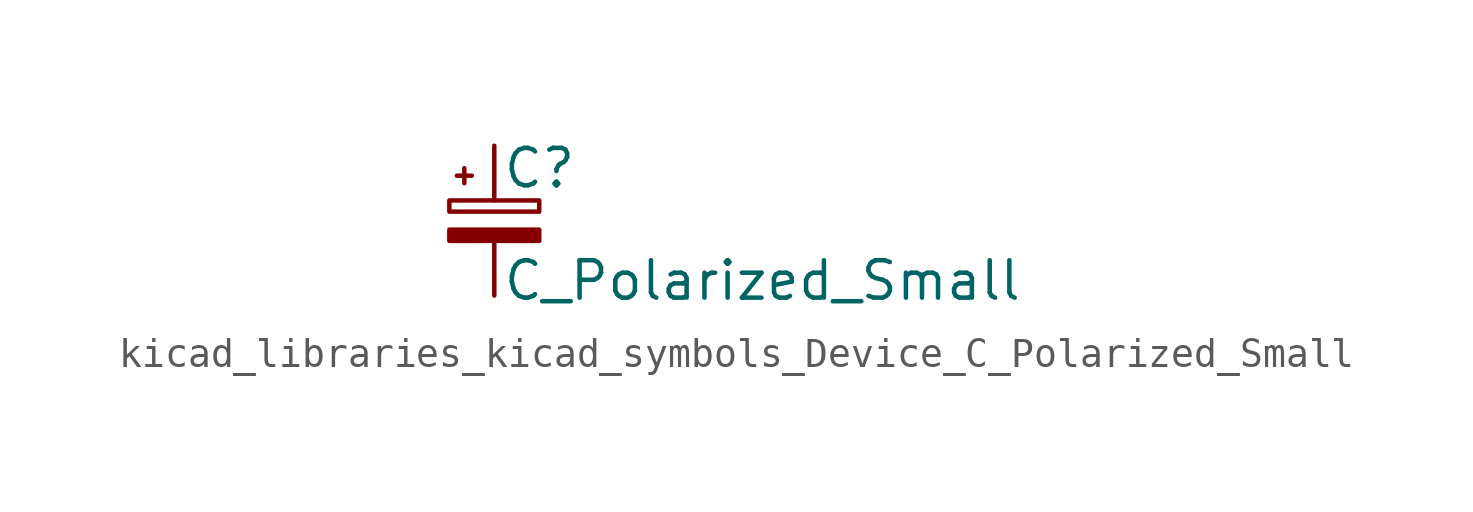
<source format=kicad_sym>
(kicad_symbol_lib
  (version 20220914)
  (generator kicad_symbol_editor)
  (symbol "kicad_libraries_kicad_symbols_Device_C_Polarized_Small"
    (pin_numbers hide)
    (pin_names
      (offset 0.254) hide)
    (property "Reference" "C"
      (at 0.254 1.778 0)
      (effects (font (size 1.27 1.27)) (justify left)))
    (property "Value" "C_Polarized_Small"
      (at 0.254 -2.032 0)
      (effects (font (size 1.27 1.27)) (justify left)))
    (symbol "kicad_libraries_kicad_symbols_Device_C_Polarized_Small_0_1"
      (rectangle (start -1.524 -0.305) (end 1.524 -0.686) (stroke (width 0) (type default)) (fill (type outline)))
      (rectangle (start -1.524 0.686) (end 1.524 0.305) (stroke (width 0) (type default)) (fill (type none)))
      (polyline (pts (xy -1.27 1.524) (xy -0.762 1.524)) (stroke (width 0) (type default)) (fill (type none)))
      (polyline (pts (xy -1.016 1.27) (xy -1.016 1.778)) (stroke (width 0) (type default)) (fill (type none))))
    (symbol "kicad_libraries_kicad_symbols_Device_C_Polarized_Small_1_1"
      (pin passive line (at 0 2.54 270) (length 1.854) (name "~" (effects (font (size 1.27 1.27)))) (number "1" (effects (font (size 1.27 1.27)))))
      (pin passive line (at 0 -2.54 90) (length 1.854) (name "~" (effects (font (size 1.27 1.27)))) (number "2" (effects (font (size 1.27 1.27))))))))
</source>
